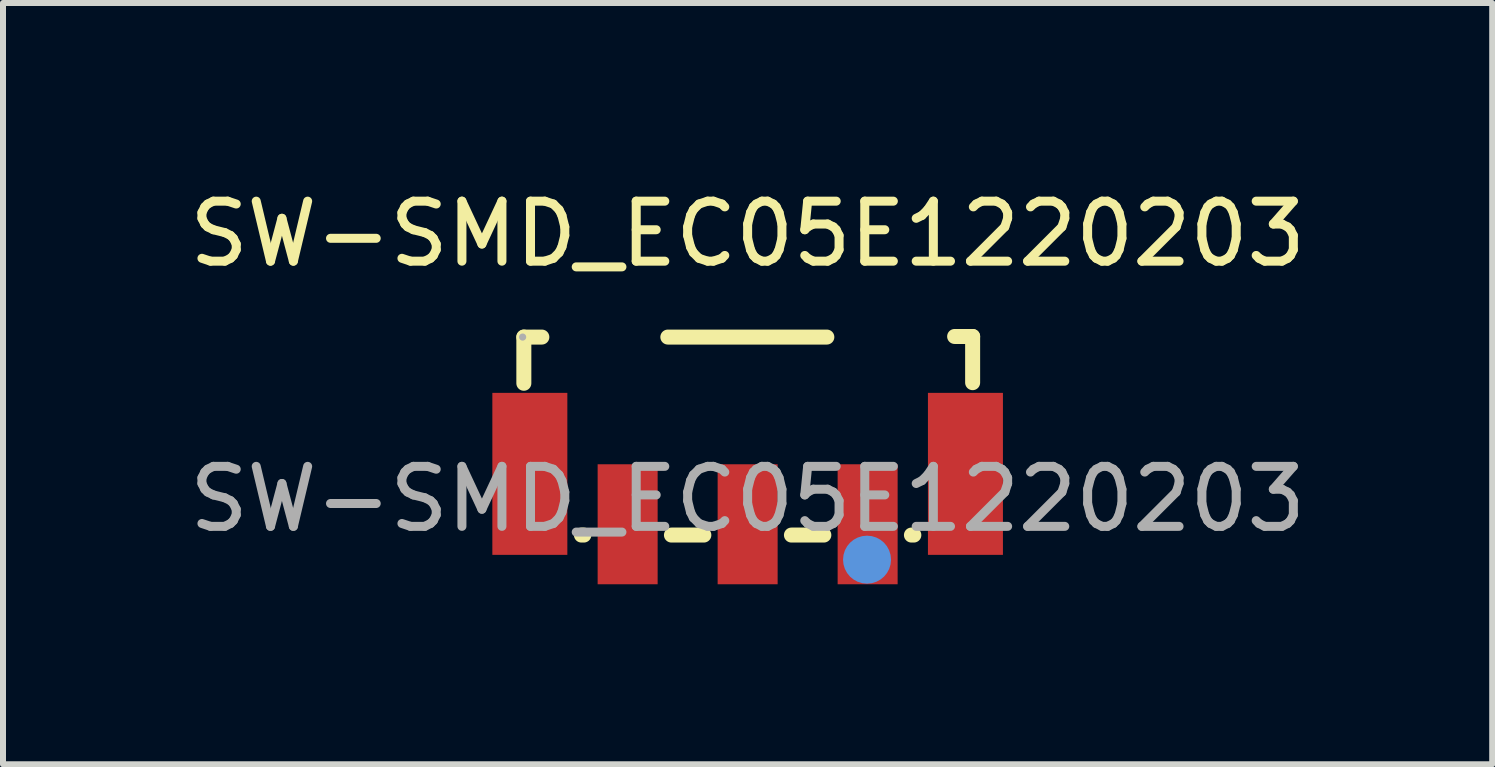
<source format=kicad_pcb>
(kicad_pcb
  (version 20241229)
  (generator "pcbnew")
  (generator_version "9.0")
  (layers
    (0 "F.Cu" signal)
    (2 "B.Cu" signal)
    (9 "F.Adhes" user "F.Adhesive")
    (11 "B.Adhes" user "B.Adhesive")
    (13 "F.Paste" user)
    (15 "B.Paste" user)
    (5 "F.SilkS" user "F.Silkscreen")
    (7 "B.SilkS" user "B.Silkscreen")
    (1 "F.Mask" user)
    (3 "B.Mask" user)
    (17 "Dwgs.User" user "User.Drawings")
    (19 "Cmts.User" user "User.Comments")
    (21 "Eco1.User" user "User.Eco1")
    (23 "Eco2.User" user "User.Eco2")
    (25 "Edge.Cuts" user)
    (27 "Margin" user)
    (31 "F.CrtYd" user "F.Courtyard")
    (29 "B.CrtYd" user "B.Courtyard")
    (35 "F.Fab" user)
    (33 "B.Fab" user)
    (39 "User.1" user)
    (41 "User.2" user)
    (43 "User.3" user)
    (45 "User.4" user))
  (footprint "SW-SMD_EC05E1220203"
    (layer "F.Cu")
    (at 9.411 5.268)
    (property "Reference" "SW-SMD_EC05E1220203" (at 0 -4.42 0) (layer "F.SilkS") (effects (font (size 1 1) (thickness 0.15))))
    (attr smd)
    (fp_line (start -3.73 -2.7) (end -3.73 -1.93) (stroke (width 0.25) (type solid)) (layer "F.SilkS"))
    (fp_line (start -3.43 -2.7) (end -3.73 -2.7) (stroke (width 0.25) (type solid)) (layer "F.SilkS"))
    (fp_line (start -2.77 0.6) (end -2.73 0.6) (stroke (width 0.25) (type solid)) (layer "F.SilkS"))
    (fp_line (start -1.33 -2.7) (end 1.32 -2.7) (stroke (width 0.25) (type solid)) (layer "F.SilkS"))
    (fp_line (start -1.27 0.6) (end -0.73 0.6) (stroke (width 0.25) (type solid)) (layer "F.SilkS"))
    (fp_line (start 0.73 0.6) (end 1.27 0.6) (stroke (width 0.25) (type solid)) (layer "F.SilkS"))
    (fp_line (start 2.73 0.6) (end 2.77 0.6) (stroke (width 0.25) (type solid)) (layer "F.SilkS"))
    (fp_line (start 3.45 -2.71) (end 3.75 -2.71) (stroke (width 0.25) (type solid)) (layer "F.SilkS"))
    (fp_line (start 3.75 -2.71) (end 3.75 -1.94) (stroke (width 0.25) (type solid)) (layer "F.SilkS"))
    (fp_circle (center 1.99 1.01) (end 2.19 1.01) (stroke (width 0.4) (type solid)) (fill no) (layer "Cmts.User"))
    (fp_circle (center -3.75 -2.7) (end -3.72 -2.7) (stroke (width 0.06) (type solid)) (fill no) (layer "F.Fab"))
    (fp_text user "${REFERENCE}" (at 0 0 0) (layer "F.Fab") (effects (font (size 1 1) (thickness 0.15))))
    (pad "4" smd rect (at -3.63 -0.42) (size 1.25 2.7) (layers "F.Cu" "F.Mask" "F.Paste"))
    (pad "5" smd rect (at 3.63 -0.42) (size 1.25 2.7) (layers "F.Cu" "F.Mask" "F.Paste"))
    (pad "A" smd rect (at 2 0.42) (size 1 2) (layers "F.Cu" "F.Mask" "F.Paste"))
    (pad "B" smd rect (at -2 0.42) (size 1 2) (layers "F.Cu" "F.Mask" "F.Paste"))
    (pad "C" smd rect (at 0 0.42) (size 1 2) (layers "F.Cu" "F.Mask" "F.Paste")))
  (gr_rect
    (start -3 -3)
    (end 21.821 9.688)
    (stroke (width 0.1) (type default))
    (fill no)
    (layer "Edge.Cuts")))
</source>
